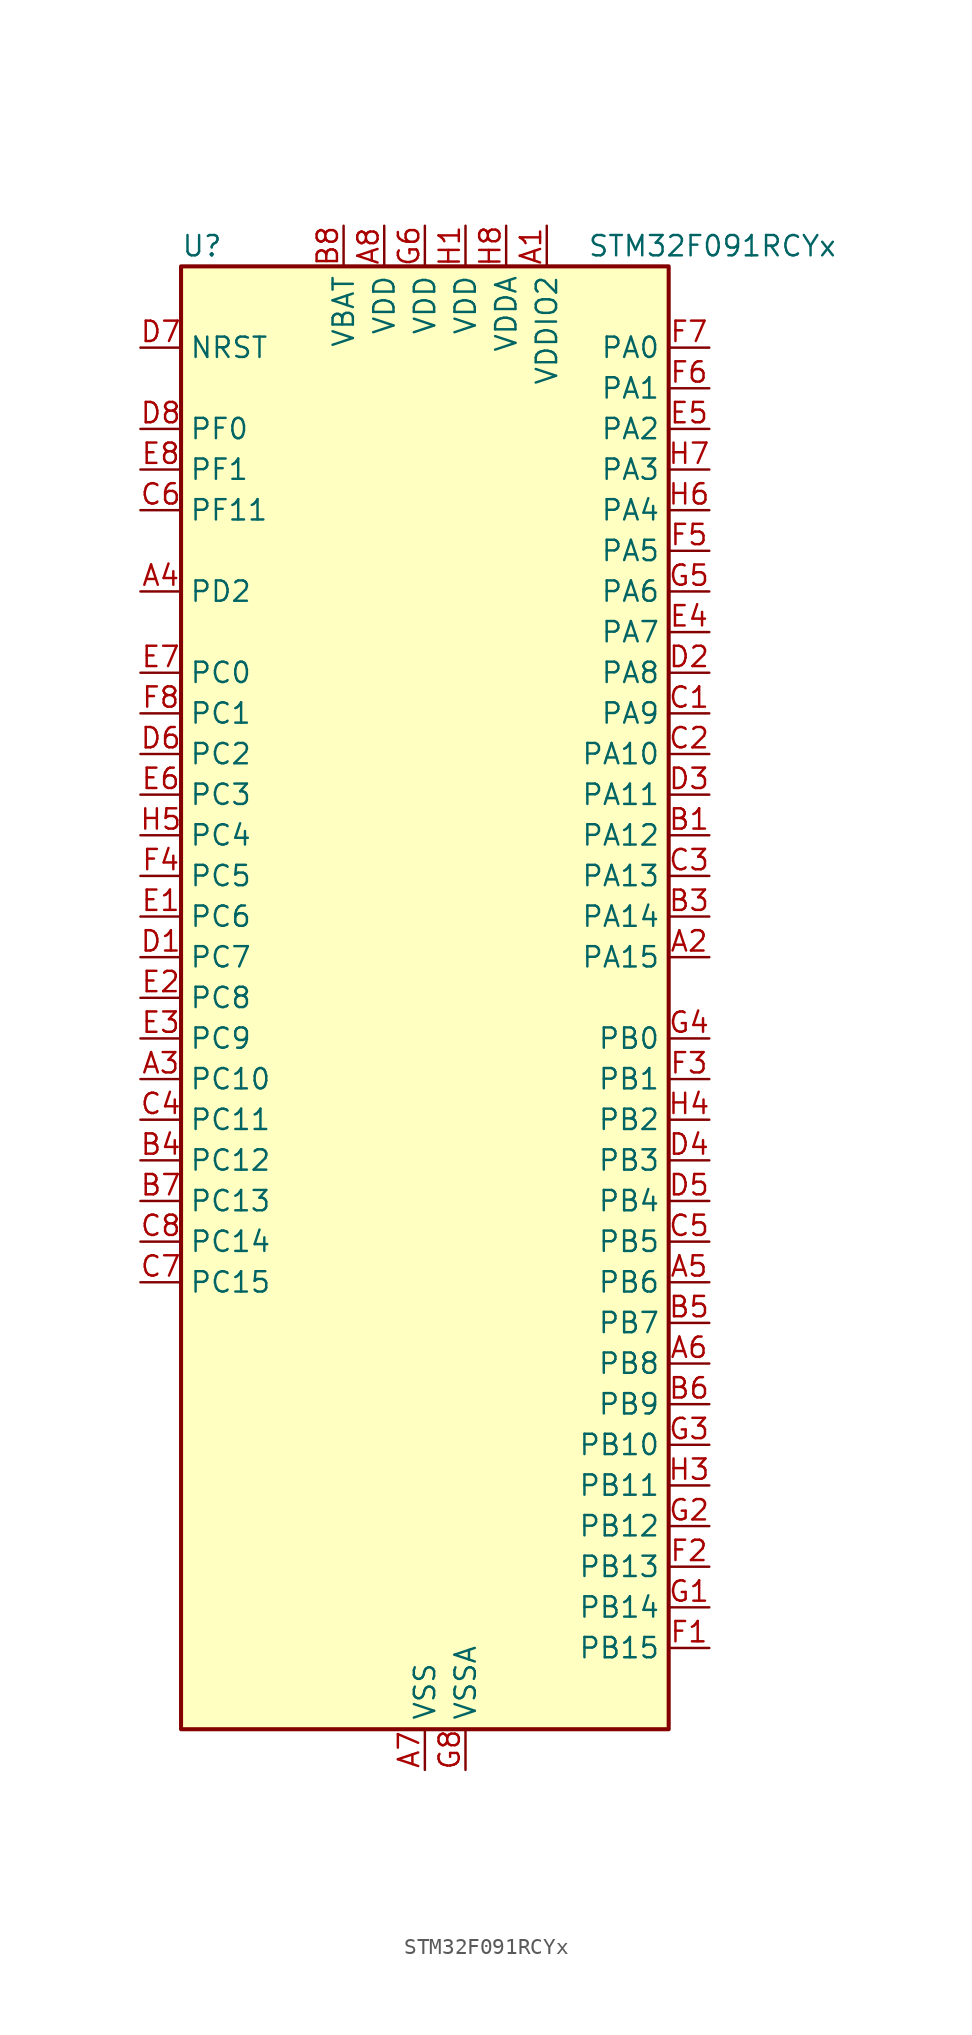
<source format=kicad_sym>
(kicad_symbol_lib
  (version 20241209)
  (generator "kicad_symbol_editor")
  (generator_version "9.0")
  (symbol "STM32F091RCYx"
    (property "Reference" "U"
      (at -15.24 46.99 0)
      (effects (font (size 1.27 1.27)) (justify left)))
    (property "Value" "STM32F091RCYx"
      (at 10.16 46.99 0)
      (effects (font (size 1.27 1.27)) (justify left)))
    (symbol "STM32F091RCYx_0_1"
      (rectangle (start -15.24 -45.72) (end 15.24 45.72) (stroke (width 0.254) (type default)) (fill (type background))))
    (symbol "STM32F091RCYx_1_1"
      (pin input line (at -17.78 40.64 0) (length 2.54) (name "NRST" (effects (font (size 1.27 1.27)))) (number "D7" (effects (font (size 1.27 1.27)))))
      (pin bidirectional line (at -17.78 35.56 0) (length 2.54) (name "PF0" (effects (font (size 1.27 1.27)))) (number "D8" (effects (font (size 1.27 1.27)))) (alternate "CRS_SYNC" bidirectional line) (alternate "I2C1_SDA" bidirectional line) (alternate "RCC_OSC_IN" bidirectional line))
      (pin bidirectional line (at -17.78 33.02 0) (length 2.54) (name "PF1" (effects (font (size 1.27 1.27)))) (number "E8" (effects (font (size 1.27 1.27)))) (alternate "I2C1_SCL" bidirectional line) (alternate "RCC_OSC_OUT" bidirectional line))
      (pin bidirectional line (at -17.78 30.48 0) (length 2.54) (name "PF11" (effects (font (size 1.27 1.27)))) (number "C6" (effects (font (size 1.27 1.27)))))
      (pin bidirectional line (at -17.78 25.4 0) (length 2.54) (name "PD2" (effects (font (size 1.27 1.27)))) (number "A4" (effects (font (size 1.27 1.27)))) (alternate "TIM3_ETR" bidirectional line) (alternate "USART3_DE" bidirectional line) (alternate "USART3_RTS" bidirectional line) (alternate "USART5_RX" bidirectional line))
      (pin bidirectional line (at -17.78 20.32 0) (length 2.54) (name "PC0" (effects (font (size 1.27 1.27)))) (number "E7" (effects (font (size 1.27 1.27)))) (alternate "ADC_IN10" bidirectional line) (alternate "USART6_TX" bidirectional line) (alternate "USART7_TX" bidirectional line))
      (pin bidirectional line (at -17.78 17.78 0) (length 2.54) (name "PC1" (effects (font (size 1.27 1.27)))) (number "F8" (effects (font (size 1.27 1.27)))) (alternate "ADC_IN11" bidirectional line) (alternate "USART6_RX" bidirectional line) (alternate "USART7_RX" bidirectional line))
      (pin bidirectional line (at -17.78 15.24 0) (length 2.54) (name "PC2" (effects (font (size 1.27 1.27)))) (number "D6" (effects (font (size 1.27 1.27)))) (alternate "ADC_IN12" bidirectional line) (alternate "I2S2_MCK" bidirectional line) (alternate "SPI2_MISO" bidirectional line) (alternate "USART8_TX" bidirectional line))
      (pin bidirectional line (at -17.78 12.7 0) (length 2.54) (name "PC3" (effects (font (size 1.27 1.27)))) (number "E6" (effects (font (size 1.27 1.27)))) (alternate "ADC_IN13" bidirectional line) (alternate "I2S2_SD" bidirectional line) (alternate "SPI2_MOSI" bidirectional line) (alternate "USART8_RX" bidirectional line))
      (pin bidirectional line (at -17.78 10.16 0) (length 2.54) (name "PC4" (effects (font (size 1.27 1.27)))) (number "H5" (effects (font (size 1.27 1.27)))) (alternate "ADC_IN14" bidirectional line) (alternate "USART3_TX" bidirectional line))
      (pin bidirectional line (at -17.78 7.62 0) (length 2.54) (name "PC5" (effects (font (size 1.27 1.27)))) (number "F4" (effects (font (size 1.27 1.27)))) (alternate "ADC_IN15" bidirectional line) (alternate "SYS_WKUP5" bidirectional line) (alternate "TSC_G3_IO1" bidirectional line) (alternate "USART3_RX" bidirectional line))
      (pin bidirectional line (at -17.78 5.08 0) (length 2.54) (name "PC6" (effects (font (size 1.27 1.27)))) (number "E1" (effects (font (size 1.27 1.27)))) (alternate "TIM3_CH1" bidirectional line) (alternate "USART7_TX" bidirectional line))
      (pin bidirectional line (at -17.78 2.54 0) (length 2.54) (name "PC7" (effects (font (size 1.27 1.27)))) (number "D1" (effects (font (size 1.27 1.27)))) (alternate "TIM3_CH2" bidirectional line) (alternate "USART7_RX" bidirectional line))
      (pin bidirectional line (at -17.78 0 0) (length 2.54) (name "PC8" (effects (font (size 1.27 1.27)))) (number "E2" (effects (font (size 1.27 1.27)))) (alternate "TIM3_CH3" bidirectional line) (alternate "USART8_TX" bidirectional line))
      (pin bidirectional line (at -17.78 -2.54 0) (length 2.54) (name "PC9" (effects (font (size 1.27 1.27)))) (number "E3" (effects (font (size 1.27 1.27)))) (alternate "DAC_EXTI9" bidirectional line) (alternate "TIM3_CH4" bidirectional line) (alternate "USART8_RX" bidirectional line))
      (pin bidirectional line (at -17.78 -5.08 0) (length 2.54) (name "PC10" (effects (font (size 1.27 1.27)))) (number "A3" (effects (font (size 1.27 1.27)))) (alternate "USART3_TX" bidirectional line) (alternate "USART4_TX" bidirectional line))
      (pin bidirectional line (at -17.78 -7.62 0) (length 2.54) (name "PC11" (effects (font (size 1.27 1.27)))) (number "C4" (effects (font (size 1.27 1.27)))) (alternate "USART3_RX" bidirectional line) (alternate "USART4_RX" bidirectional line))
      (pin bidirectional line (at -17.78 -10.16 0) (length 2.54) (name "PC12" (effects (font (size 1.27 1.27)))) (number "B4" (effects (font (size 1.27 1.27)))) (alternate "USART3_CK" bidirectional line) (alternate "USART4_CK" bidirectional line) (alternate "USART5_TX" bidirectional line))
      (pin bidirectional line (at -17.78 -12.7 0) (length 2.54) (name "PC13" (effects (font (size 1.27 1.27)))) (number "B7" (effects (font (size 1.27 1.27)))) (alternate "RTC_OUT_ALARM" bidirectional line) (alternate "RTC_OUT_CALIB" bidirectional line) (alternate "RTC_TAMP1" bidirectional line) (alternate "RTC_TS" bidirectional line) (alternate "SYS_WKUP2" bidirectional line))
      (pin bidirectional line (at -17.78 -15.24 0) (length 2.54) (name "PC14" (effects (font (size 1.27 1.27)))) (number "C8" (effects (font (size 1.27 1.27)))) (alternate "RCC_OSC32_IN" bidirectional line))
      (pin bidirectional line (at -17.78 -17.78 0) (length 2.54) (name "PC15" (effects (font (size 1.27 1.27)))) (number "C7" (effects (font (size 1.27 1.27)))) (alternate "RCC_OSC32_OUT" bidirectional line))
      (pin power_in line (at -5.08 48.26 270) (length 2.54) (name "VBAT" (effects (font (size 1.27 1.27)))) (number "B8" (effects (font (size 1.27 1.27)))))
      (pin power_in line (at -2.54 48.26 270) (length 2.54) (name "VDD" (effects (font (size 1.27 1.27)))) (number "A8" (effects (font (size 1.27 1.27)))))
      (pin power_in line (at 0 48.26 270) (length 2.54) (name "VDD" (effects (font (size 1.27 1.27)))) (number "G6" (effects (font (size 1.27 1.27)))))
      (pin power_in line (at 0 -48.26 90) (length 2.54) (name "VSS" (effects (font (size 1.27 1.27)))) (number "A7" (effects (font (size 1.27 1.27)))))
      (pin passive line (at 0 -48.26 90) (length 2.54) (hide yes) (name "VSS" (effects (font (size 1.27 1.27)))) (number "B2" (effects (font (size 1.27 1.27)))))
      (pin passive line (at 0 -48.26 90) (length 2.54) (hide yes) (name "VSS" (effects (font (size 1.27 1.27)))) (number "G7" (effects (font (size 1.27 1.27)))))
      (pin passive line (at 0 -48.26 90) (length 2.54) (hide yes) (name "VSS" (effects (font (size 1.27 1.27)))) (number "H2" (effects (font (size 1.27 1.27)))))
      (pin power_in line (at 2.54 48.26 270) (length 2.54) (name "VDD" (effects (font (size 1.27 1.27)))) (number "H1" (effects (font (size 1.27 1.27)))))
      (pin power_in line (at 2.54 -48.26 90) (length 2.54) (name "VSSA" (effects (font (size 1.27 1.27)))) (number "G8" (effects (font (size 1.27 1.27)))))
      (pin power_in line (at 5.08 48.26 270) (length 2.54) (name "VDDA" (effects (font (size 1.27 1.27)))) (number "H8" (effects (font (size 1.27 1.27)))))
      (pin power_in line (at 7.62 48.26 270) (length 2.54) (name "VDDIO2" (effects (font (size 1.27 1.27)))) (number "A1" (effects (font (size 1.27 1.27)))))
      (pin bidirectional line (at 17.78 40.64 180) (length 2.54) (name "PA0" (effects (font (size 1.27 1.27)))) (number "F7" (effects (font (size 1.27 1.27)))) (alternate "ADC_IN0" bidirectional line) (alternate "COMP1_INM" bidirectional line) (alternate "COMP1_OUT" bidirectional line) (alternate "RTC_TAMP2" bidirectional line) (alternate "SYS_WKUP1" bidirectional line) (alternate "TIM2_CH1" bidirectional line) (alternate "TIM2_ETR" bidirectional line) (alternate "TSC_G1_IO1" bidirectional line) (alternate "USART2_CTS" bidirectional line) (alternate "USART4_TX" bidirectional line))
      (pin bidirectional line (at 17.78 38.1 180) (length 2.54) (name "PA1" (effects (font (size 1.27 1.27)))) (number "F6" (effects (font (size 1.27 1.27)))) (alternate "ADC_IN1" bidirectional line) (alternate "COMP1_INP" bidirectional line) (alternate "TIM15_CH1N" bidirectional line) (alternate "TIM2_CH2" bidirectional line) (alternate "TSC_G1_IO2" bidirectional line) (alternate "USART2_DE" bidirectional line) (alternate "USART2_RTS" bidirectional line) (alternate "USART4_RX" bidirectional line))
      (pin bidirectional line (at 17.78 35.56 180) (length 2.54) (name "PA2" (effects (font (size 1.27 1.27)))) (number "E5" (effects (font (size 1.27 1.27)))) (alternate "ADC_IN2" bidirectional line) (alternate "COMP2_INM" bidirectional line) (alternate "COMP2_OUT" bidirectional line) (alternate "SYS_WKUP4" bidirectional line) (alternate "TIM15_CH1" bidirectional line) (alternate "TIM2_CH3" bidirectional line) (alternate "TSC_G1_IO3" bidirectional line) (alternate "USART2_TX" bidirectional line))
      (pin bidirectional line (at 17.78 33.02 180) (length 2.54) (name "PA3" (effects (font (size 1.27 1.27)))) (number "H7" (effects (font (size 1.27 1.27)))) (alternate "ADC_IN3" bidirectional line) (alternate "COMP2_INP" bidirectional line) (alternate "TIM15_CH2" bidirectional line) (alternate "TIM2_CH4" bidirectional line) (alternate "TSC_G1_IO4" bidirectional line) (alternate "USART2_RX" bidirectional line))
      (pin bidirectional line (at 17.78 30.48 180) (length 2.54) (name "PA4" (effects (font (size 1.27 1.27)))) (number "H6" (effects (font (size 1.27 1.27)))) (alternate "ADC_IN4" bidirectional line) (alternate "COMP1_INM" bidirectional line) (alternate "COMP2_INM" bidirectional line) (alternate "DAC_OUT1" bidirectional line) (alternate "I2S1_WS" bidirectional line) (alternate "SPI1_NSS" bidirectional line) (alternate "TIM14_CH1" bidirectional line) (alternate "TSC_G2_IO1" bidirectional line) (alternate "USART2_CK" bidirectional line) (alternate "USART6_TX" bidirectional line))
      (pin bidirectional line (at 17.78 27.94 180) (length 2.54) (name "PA5" (effects (font (size 1.27 1.27)))) (number "F5" (effects (font (size 1.27 1.27)))) (alternate "ADC_IN5" bidirectional line) (alternate "CEC" bidirectional line) (alternate "COMP1_INM" bidirectional line) (alternate "COMP2_INM" bidirectional line) (alternate "DAC_OUT2" bidirectional line) (alternate "I2S1_CK" bidirectional line) (alternate "SPI1_SCK" bidirectional line) (alternate "TIM2_CH1" bidirectional line) (alternate "TIM2_ETR" bidirectional line) (alternate "TSC_G2_IO2" bidirectional line) (alternate "USART6_RX" bidirectional line))
      (pin bidirectional line (at 17.78 25.4 180) (length 2.54) (name "PA6" (effects (font (size 1.27 1.27)))) (number "G5" (effects (font (size 1.27 1.27)))) (alternate "ADC_IN6" bidirectional line) (alternate "COMP1_OUT" bidirectional line) (alternate "I2S1_MCK" bidirectional line) (alternate "SPI1_MISO" bidirectional line) (alternate "TIM16_CH1" bidirectional line) (alternate "TIM1_BKIN" bidirectional line) (alternate "TIM3_CH1" bidirectional line) (alternate "TSC_G2_IO3" bidirectional line) (alternate "USART3_CTS" bidirectional line))
      (pin bidirectional line (at 17.78 22.86 180) (length 2.54) (name "PA7" (effects (font (size 1.27 1.27)))) (number "E4" (effects (font (size 1.27 1.27)))) (alternate "ADC_IN7" bidirectional line) (alternate "COMP2_OUT" bidirectional line) (alternate "I2S1_SD" bidirectional line) (alternate "SPI1_MOSI" bidirectional line) (alternate "TIM14_CH1" bidirectional line) (alternate "TIM17_CH1" bidirectional line) (alternate "TIM1_CH1N" bidirectional line) (alternate "TIM3_CH2" bidirectional line) (alternate "TSC_G2_IO4" bidirectional line))
      (pin bidirectional line (at 17.78 20.32 180) (length 2.54) (name "PA8" (effects (font (size 1.27 1.27)))) (number "D2" (effects (font (size 1.27 1.27)))) (alternate "CRS_SYNC" bidirectional line) (alternate "RCC_MCO" bidirectional line) (alternate "TIM1_CH1" bidirectional line) (alternate "USART1_CK" bidirectional line))
      (pin bidirectional line (at 17.78 17.78 180) (length 2.54) (name "PA9" (effects (font (size 1.27 1.27)))) (number "C1" (effects (font (size 1.27 1.27)))) (alternate "DAC_EXTI9" bidirectional line) (alternate "I2C1_SCL" bidirectional line) (alternate "RCC_MCO" bidirectional line) (alternate "TIM15_BKIN" bidirectional line) (alternate "TIM1_CH2" bidirectional line) (alternate "TSC_G4_IO1" bidirectional line) (alternate "USART1_TX" bidirectional line))
      (pin bidirectional line (at 17.78 15.24 180) (length 2.54) (name "PA10" (effects (font (size 1.27 1.27)))) (number "C2" (effects (font (size 1.27 1.27)))) (alternate "I2C1_SDA" bidirectional line) (alternate "TIM17_BKIN" bidirectional line) (alternate "TIM1_CH3" bidirectional line) (alternate "TSC_G4_IO2" bidirectional line) (alternate "USART1_RX" bidirectional line))
      (pin bidirectional line (at 17.78 12.7 180) (length 2.54) (name "PA11" (effects (font (size 1.27 1.27)))) (number "D3" (effects (font (size 1.27 1.27)))) (alternate "CAN_RX" bidirectional line) (alternate "COMP1_OUT" bidirectional line) (alternate "I2C2_SCL" bidirectional line) (alternate "TIM1_CH4" bidirectional line) (alternate "TSC_G4_IO3" bidirectional line) (alternate "USART1_CTS" bidirectional line))
      (pin bidirectional line (at 17.78 10.16 180) (length 2.54) (name "PA12" (effects (font (size 1.27 1.27)))) (number "B1" (effects (font (size 1.27 1.27)))) (alternate "CAN_TX" bidirectional line) (alternate "COMP2_OUT" bidirectional line) (alternate "I2C2_SDA" bidirectional line) (alternate "TIM1_ETR" bidirectional line) (alternate "TSC_G4_IO4" bidirectional line) (alternate "USART1_DE" bidirectional line) (alternate "USART1_RTS" bidirectional line))
      (pin bidirectional line (at 17.78 7.62 180) (length 2.54) (name "PA13" (effects (font (size 1.27 1.27)))) (number "C3" (effects (font (size 1.27 1.27)))) (alternate "IR_OUT" bidirectional line) (alternate "SYS_SWDIO" bidirectional line))
      (pin bidirectional line (at 17.78 5.08 180) (length 2.54) (name "PA14" (effects (font (size 1.27 1.27)))) (number "B3" (effects (font (size 1.27 1.27)))) (alternate "SYS_SWCLK" bidirectional line) (alternate "USART2_TX" bidirectional line))
      (pin bidirectional line (at 17.78 2.54 180) (length 2.54) (name "PA15" (effects (font (size 1.27 1.27)))) (number "A2" (effects (font (size 1.27 1.27)))) (alternate "I2S1_WS" bidirectional line) (alternate "SPI1_NSS" bidirectional line) (alternate "TIM2_CH1" bidirectional line) (alternate "TIM2_ETR" bidirectional line) (alternate "USART2_RX" bidirectional line) (alternate "USART4_DE" bidirectional line) (alternate "USART4_RTS" bidirectional line))
      (pin bidirectional line (at 17.78 -2.54 180) (length 2.54) (name "PB0" (effects (font (size 1.27 1.27)))) (number "G4" (effects (font (size 1.27 1.27)))) (alternate "ADC_IN8" bidirectional line) (alternate "TIM1_CH2N" bidirectional line) (alternate "TIM3_CH3" bidirectional line) (alternate "TSC_G3_IO2" bidirectional line) (alternate "USART3_CK" bidirectional line))
      (pin bidirectional line (at 17.78 -5.08 180) (length 2.54) (name "PB1" (effects (font (size 1.27 1.27)))) (number "F3" (effects (font (size 1.27 1.27)))) (alternate "ADC_IN9" bidirectional line) (alternate "TIM14_CH1" bidirectional line) (alternate "TIM1_CH3N" bidirectional line) (alternate "TIM3_CH4" bidirectional line) (alternate "TSC_G3_IO3" bidirectional line) (alternate "USART3_DE" bidirectional line) (alternate "USART3_RTS" bidirectional line))
      (pin bidirectional line (at 17.78 -7.62 180) (length 2.54) (name "PB2" (effects (font (size 1.27 1.27)))) (number "H4" (effects (font (size 1.27 1.27)))) (alternate "TSC_G3_IO4" bidirectional line))
      (pin bidirectional line (at 17.78 -10.16 180) (length 2.54) (name "PB3" (effects (font (size 1.27 1.27)))) (number "D4" (effects (font (size 1.27 1.27)))) (alternate "I2S1_CK" bidirectional line) (alternate "SPI1_SCK" bidirectional line) (alternate "TIM2_CH2" bidirectional line) (alternate "TSC_G5_IO1" bidirectional line) (alternate "USART5_TX" bidirectional line))
      (pin bidirectional line (at 17.78 -12.7 180) (length 2.54) (name "PB4" (effects (font (size 1.27 1.27)))) (number "D5" (effects (font (size 1.27 1.27)))) (alternate "I2S1_MCK" bidirectional line) (alternate "SPI1_MISO" bidirectional line) (alternate "TIM17_BKIN" bidirectional line) (alternate "TIM3_CH1" bidirectional line) (alternate "TSC_G5_IO2" bidirectional line) (alternate "USART5_RX" bidirectional line))
      (pin bidirectional line (at 17.78 -15.24 180) (length 2.54) (name "PB5" (effects (font (size 1.27 1.27)))) (number "C5" (effects (font (size 1.27 1.27)))) (alternate "I2C1_SMBA" bidirectional line) (alternate "I2S1_SD" bidirectional line) (alternate "SPI1_MOSI" bidirectional line) (alternate "SYS_WKUP6" bidirectional line) (alternate "TIM16_BKIN" bidirectional line) (alternate "TIM3_CH2" bidirectional line) (alternate "USART5_CK" bidirectional line) (alternate "USART5_DE" bidirectional line) (alternate "USART5_RTS" bidirectional line))
      (pin bidirectional line (at 17.78 -17.78 180) (length 2.54) (name "PB6" (effects (font (size 1.27 1.27)))) (number "A5" (effects (font (size 1.27 1.27)))) (alternate "I2C1_SCL" bidirectional line) (alternate "TIM16_CH1N" bidirectional line) (alternate "TSC_G5_IO3" bidirectional line) (alternate "USART1_TX" bidirectional line))
      (pin bidirectional line (at 17.78 -20.32 180) (length 2.54) (name "PB7" (effects (font (size 1.27 1.27)))) (number "B5" (effects (font (size 1.27 1.27)))) (alternate "I2C1_SDA" bidirectional line) (alternate "TIM17_CH1N" bidirectional line) (alternate "TSC_G5_IO4" bidirectional line) (alternate "USART1_RX" bidirectional line) (alternate "USART4_CTS" bidirectional line))
      (pin bidirectional line (at 17.78 -22.86 180) (length 2.54) (name "PB8" (effects (font (size 1.27 1.27)))) (number "A6" (effects (font (size 1.27 1.27)))) (alternate "CAN_RX" bidirectional line) (alternate "CEC" bidirectional line) (alternate "I2C1_SCL" bidirectional line) (alternate "TIM16_CH1" bidirectional line) (alternate "TSC_SYNC" bidirectional line))
      (pin bidirectional line (at 17.78 -25.4 180) (length 2.54) (name "PB9" (effects (font (size 1.27 1.27)))) (number "B6" (effects (font (size 1.27 1.27)))) (alternate "CAN_TX" bidirectional line) (alternate "DAC_EXTI9" bidirectional line) (alternate "I2C1_SDA" bidirectional line) (alternate "I2S2_WS" bidirectional line) (alternate "IR_OUT" bidirectional line) (alternate "SPI2_NSS" bidirectional line) (alternate "TIM17_CH1" bidirectional line))
      (pin bidirectional line (at 17.78 -27.94 180) (length 2.54) (name "PB10" (effects (font (size 1.27 1.27)))) (number "G3" (effects (font (size 1.27 1.27)))) (alternate "CEC" bidirectional line) (alternate "I2C2_SCL" bidirectional line) (alternate "I2S2_CK" bidirectional line) (alternate "SPI2_SCK" bidirectional line) (alternate "TIM2_CH3" bidirectional line) (alternate "TSC_SYNC" bidirectional line) (alternate "USART3_TX" bidirectional line))
      (pin bidirectional line (at 17.78 -30.48 180) (length 2.54) (name "PB11" (effects (font (size 1.27 1.27)))) (number "H3" (effects (font (size 1.27 1.27)))) (alternate "I2C2_SDA" bidirectional line) (alternate "TIM2_CH4" bidirectional line) (alternate "TSC_G6_IO1" bidirectional line) (alternate "USART3_RX" bidirectional line))
      (pin bidirectional line (at 17.78 -33.02 180) (length 2.54) (name "PB12" (effects (font (size 1.27 1.27)))) (number "G2" (effects (font (size 1.27 1.27)))) (alternate "I2S2_WS" bidirectional line) (alternate "SPI2_NSS" bidirectional line) (alternate "TIM15_BKIN" bidirectional line) (alternate "TIM1_BKIN" bidirectional line) (alternate "TSC_G6_IO2" bidirectional line) (alternate "USART3_CK" bidirectional line))
      (pin bidirectional line (at 17.78 -35.56 180) (length 2.54) (name "PB13" (effects (font (size 1.27 1.27)))) (number "F2" (effects (font (size 1.27 1.27)))) (alternate "I2C2_SCL" bidirectional line) (alternate "I2S2_CK" bidirectional line) (alternate "SPI2_SCK" bidirectional line) (alternate "TIM1_CH1N" bidirectional line) (alternate "TSC_G6_IO3" bidirectional line) (alternate "USART3_CTS" bidirectional line))
      (pin bidirectional line (at 17.78 -38.1 180) (length 2.54) (name "PB14" (effects (font (size 1.27 1.27)))) (number "G1" (effects (font (size 1.27 1.27)))) (alternate "I2C2_SDA" bidirectional line) (alternate "I2S2_MCK" bidirectional line) (alternate "SPI2_MISO" bidirectional line) (alternate "TIM15_CH1" bidirectional line) (alternate "TIM1_CH2N" bidirectional line) (alternate "TSC_G6_IO4" bidirectional line) (alternate "USART3_DE" bidirectional line) (alternate "USART3_RTS" bidirectional line))
      (pin bidirectional line (at 17.78 -40.64 180) (length 2.54) (name "PB15" (effects (font (size 1.27 1.27)))) (number "F1" (effects (font (size 1.27 1.27)))) (alternate "I2S2_SD" bidirectional line) (alternate "RTC_REFIN" bidirectional line) (alternate "SPI2_MOSI" bidirectional line) (alternate "SYS_WKUP7" bidirectional line) (alternate "TIM15_CH1N" bidirectional line) (alternate "TIM15_CH2" bidirectional line) (alternate "TIM1_CH3N" bidirectional line)))))
</source>
